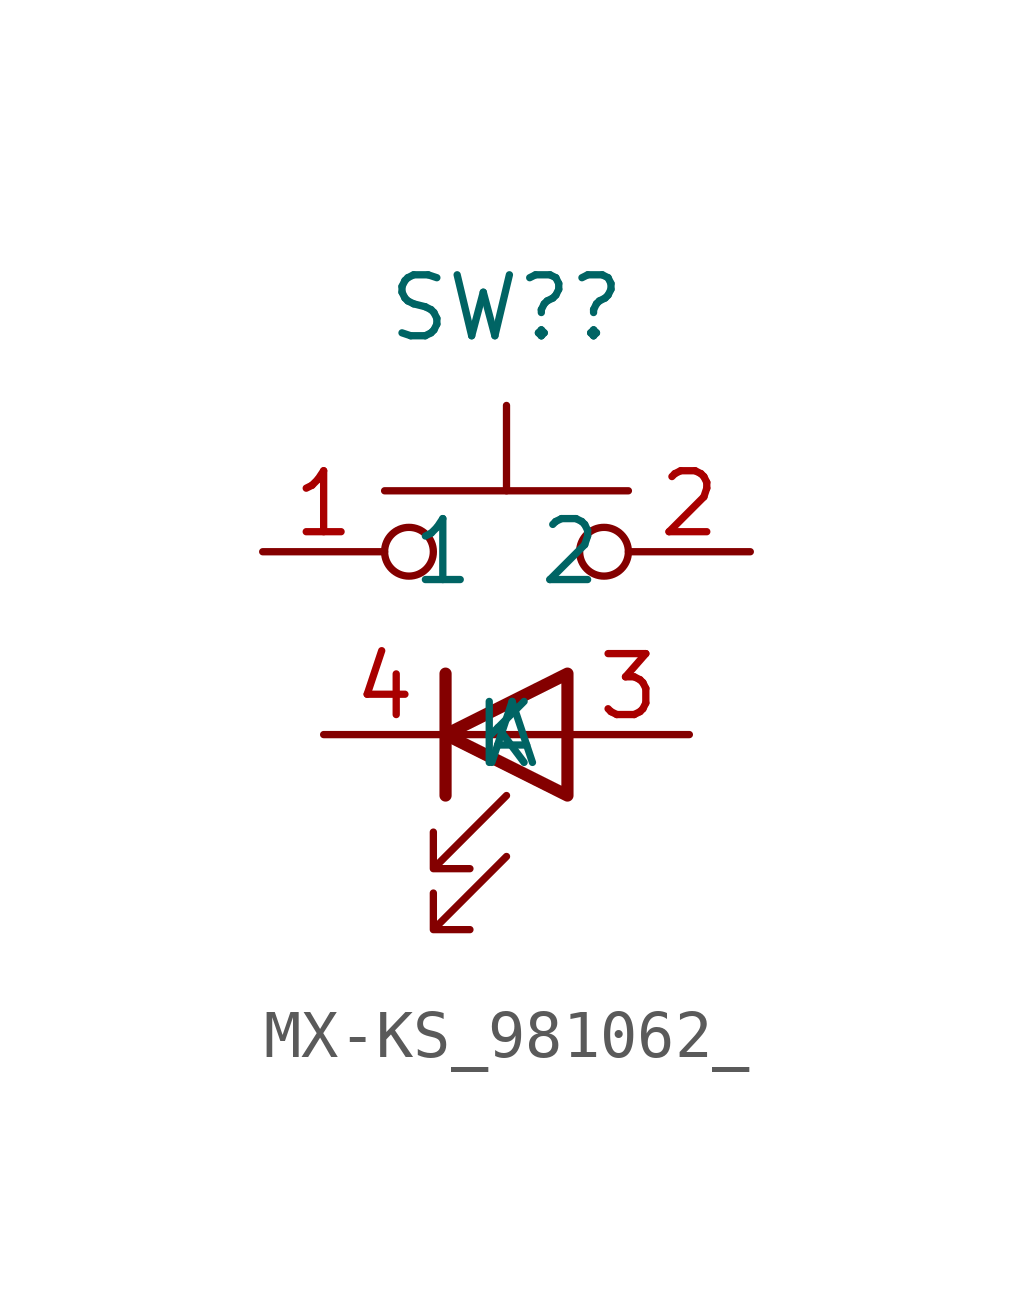
<source format=kicad_sym>
(kicad_symbol_lib
  (version 20220914)
  (generator kicad_symbol_editor)
  (symbol "MX-KS_981062_"
    (property "Reference" "SW?"
      (at 0 5.08 0)
      (effects (font (size 1.27 1.27))))
    (property "Value" ""
      (at 0 0 0)
      (effects (font (size 1.27 1.27))))
    (symbol "MX-KS_981062__0_1"
      (circle (center -2.032 0) (radius 0.508) (stroke (width 0) (type default)) (fill (type none)))
      (polyline (pts (xy -1.27 -5.08) (xy -1.27 -2.54)) (stroke (width 0.254) (type default)) (fill (type none)))
      (polyline (pts (xy -1.27 -3.81) (xy 1.27 -3.81)) (stroke (width 0) (type default)) (fill (type none)))
      (polyline (pts (xy 0 1.27) (xy 0 3.048)) (stroke (width 0) (type default)) (fill (type none)))
      (polyline (pts (xy 2.54 1.27) (xy -2.54 1.27)) (stroke (width 0) (type default)) (fill (type none)))
      (polyline (pts (xy 1.27 -5.08) (xy 1.27 -2.54) (xy -1.27 -3.81) (xy 1.27 -5.08)) (stroke (width 0.254) (type default)) (fill (type none)))
      (polyline (pts (xy 0 -6.35) (xy -1.524 -7.874) (xy -0.762 -7.874) (xy -1.524 -7.874) (xy -1.524 -7.112)) (stroke (width 0) (type default)) (fill (type none)))
      (polyline (pts (xy 0 -5.08) (xy -1.524 -6.604) (xy -0.762 -6.604) (xy -1.524 -6.604) (xy -1.524 -5.842)) (stroke (width 0) (type default)) (fill (type none)))
      (circle (center 2.032 0) (radius 0.508) (stroke (width 0) (type default)) (fill (type none)))
      (pin passive line (at -5.08 0 0) (length 2.54) (name "1" (effects (font (size 1.27 1.27)))) (number "1" (effects (font (size 1.27 1.27))))))
    (symbol "MX-KS_981062__1_1"
      (pin passive line (at 5.08 0 180) (length 2.54) (name "2" (effects (font (size 1.27 1.27)))) (number "2" (effects (font (size 1.27 1.27)))))
      (pin passive line (at 3.81 -3.81 180) (length 2.54) (name "A" (effects (font (size 1.27 1.27)))) (number "3" (effects (font (size 1.27 1.27)))))
      (pin passive line (at -3.81 -3.81 0) (length 2.54) (name "K" (effects (font (size 1.27 1.27)))) (number "4" (effects (font (size 1.27 1.27))))))))
</source>
